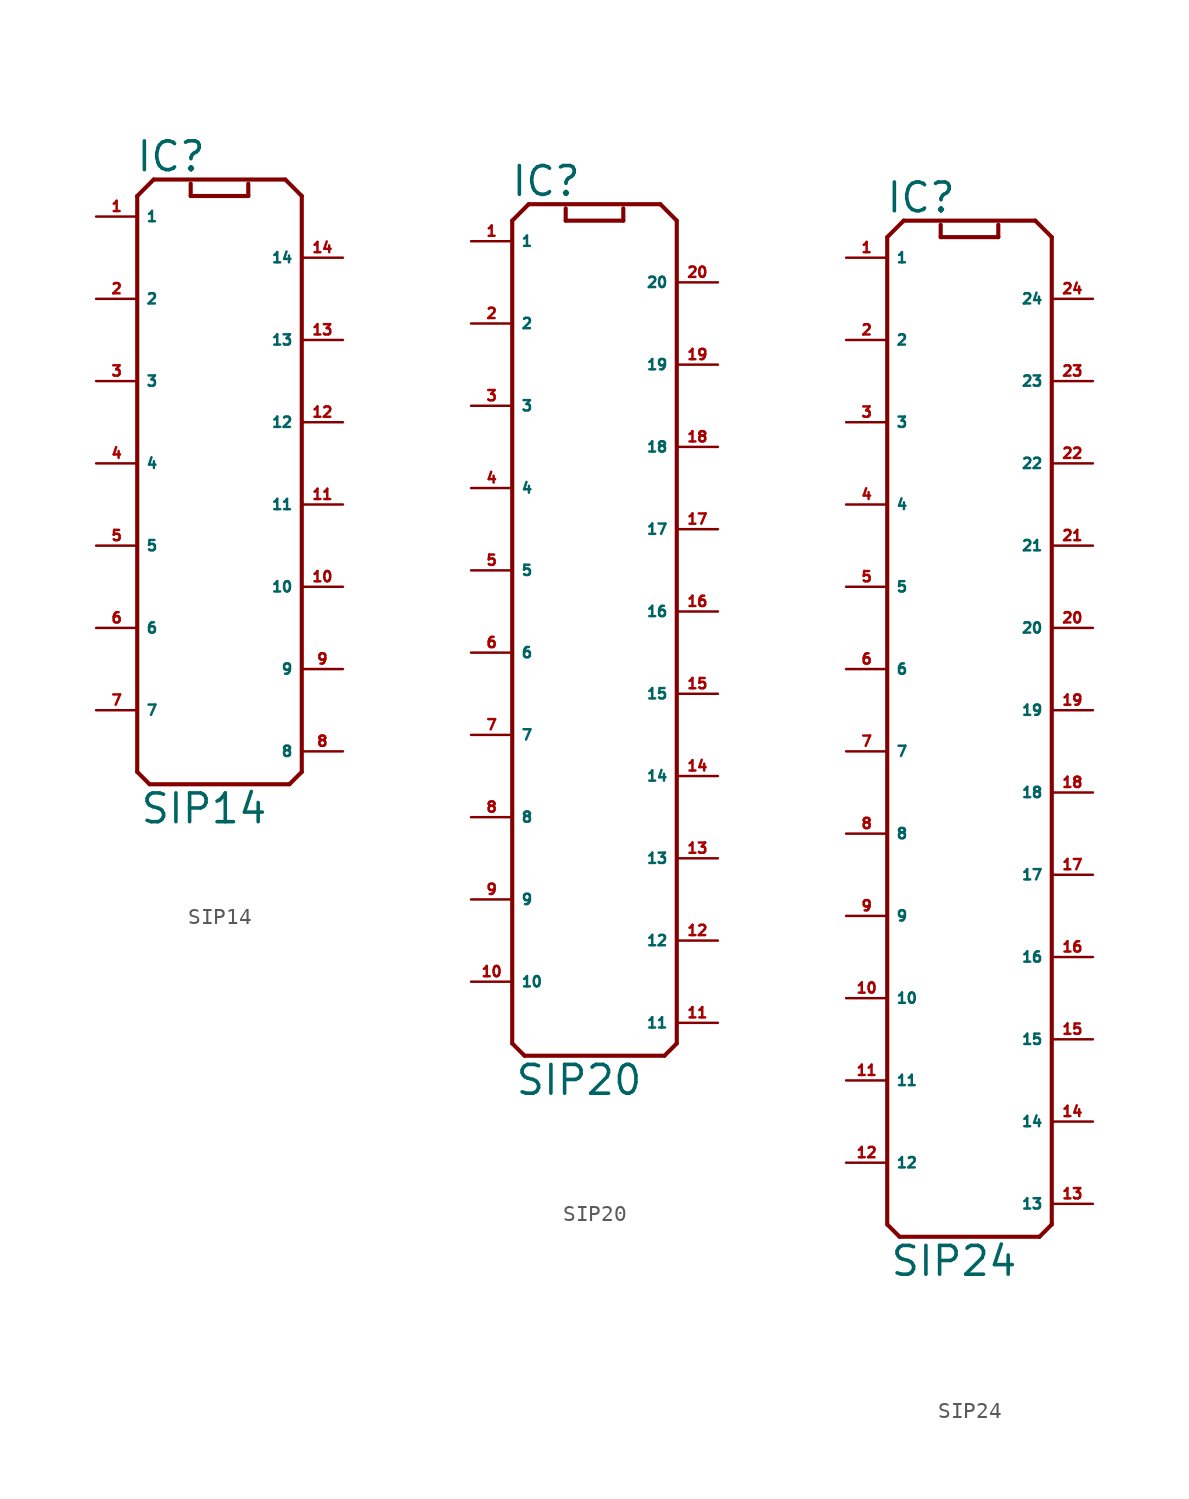
<source format=kicad_sym>
(kicad_symbol_lib
  (version 20220914)
  (generator Eagle2Kicad)
  (symbol "SIP14"
    (property "Reference" "IC"
      (at -5.207 17.907 0)
      (effects (font (size 1.778 1.778) (thickness 0.22)) (justify left bottom)))
    (property "Value" "SIP14"
      (at -4.953 -22.352 0)
      (effects (font (size 1.778 1.778) (thickness 0.22)) (justify left bottom)))
    (polyline
      (pts (xy -5.08 16.51) (xy -5.08 -19.05))
      (stroke (width 0.254) (type default))
      (fill (type none)))
    (polyline
      (pts (xy -5.08 -19.05) (xy -4.318 -19.812))
      (stroke (width 0.254) (type default))
      (fill (type none)))
    (polyline
      (pts (xy -4.318 -19.812) (xy 4.318 -19.812))
      (stroke (width 0.254) (type default))
      (fill (type none)))
    (polyline
      (pts (xy 4.318 -19.812) (xy 5.08 -19.05))
      (stroke (width 0.254) (type default))
      (fill (type none)))
    (polyline
      (pts (xy 5.08 -19.05) (xy 5.08 16.51))
      (stroke (width 0.254) (type default))
      (fill (type none)))
    (polyline
      (pts (xy -5.08 16.51) (xy -4.064 17.526))
      (stroke (width 0.254) (type default))
      (fill (type none)))
    (polyline
      (pts (xy -4.064 17.526) (xy 4.064 17.526))
      (stroke (width 0.254) (type default))
      (fill (type none)))
    (polyline
      (pts (xy 4.064 17.526) (xy 5.08 16.51))
      (stroke (width 0.254) (type default))
      (fill (type none)))
    (polyline
      (pts (xy -1.778 17.272) (xy -1.778 16.51))
      (stroke (width 0.254) (type default))
      (fill (type none)))
    (polyline
      (pts (xy -1.778 16.51) (xy 1.778 16.51))
      (stroke (width 0.254) (type default))
      (fill (type none)))
    (polyline
      (pts (xy 1.778 16.51) (xy 1.778 17.272))
      (stroke (width 0.254) (type default))
      (fill (type none)))
    (pin passive line
      (at -7.62 15.24 0)
      (length 2.54)
      (name "1" (effects (font (size 0.635 0.635) (thickness 0.08)) (justify left bottom)))
      (number "1" (effects (font (size 0.635 0.635) (thickness 0.08)) (justify left bottom))))
    (pin passive line
      (at -7.62 10.16 0)
      (length 2.54)
      (name "2" (effects (font (size 0.635 0.635) (thickness 0.08)) (justify left bottom)))
      (number "2" (effects (font (size 0.635 0.635) (thickness 0.08)) (justify left bottom))))
    (pin passive line
      (at -7.62 5.08 0)
      (length 2.54)
      (name "3" (effects (font (size 0.635 0.635) (thickness 0.08)) (justify left bottom)))
      (number "3" (effects (font (size 0.635 0.635) (thickness 0.08)) (justify left bottom))))
    (pin passive line
      (at -7.62 0 0)
      (length 2.54)
      (name "4" (effects (font (size 0.635 0.635) (thickness 0.08)) (justify left bottom)))
      (number "4" (effects (font (size 0.635 0.635) (thickness 0.08)) (justify left bottom))))
    (pin passive line
      (at -7.62 -5.08 0)
      (length 2.54)
      (name "5" (effects (font (size 0.635 0.635) (thickness 0.08)) (justify left bottom)))
      (number "5" (effects (font (size 0.635 0.635) (thickness 0.08)) (justify left bottom))))
    (pin passive line
      (at -7.62 -10.16 0)
      (length 2.54)
      (name "6" (effects (font (size 0.635 0.635) (thickness 0.08)) (justify left bottom)))
      (number "6" (effects (font (size 0.635 0.635) (thickness 0.08)) (justify left bottom))))
    (pin passive line
      (at -7.62 -15.24 0)
      (length 2.54)
      (name "7" (effects (font (size 0.635 0.635) (thickness 0.08)) (justify left bottom)))
      (number "7" (effects (font (size 0.635 0.635) (thickness 0.08)) (justify left bottom))))
    (pin passive line
      (at 7.62 -17.78 180)
      (length 2.54)
      (name "8" (effects (font (size 0.635 0.635) (thickness 0.08)) (justify left bottom)))
      (number "8" (effects (font (size 0.635 0.635) (thickness 0.08)) (justify left bottom))))
    (pin passive line
      (at 7.62 -12.7 180)
      (length 2.54)
      (name "9" (effects (font (size 0.635 0.635) (thickness 0.08)) (justify left bottom)))
      (number "9" (effects (font (size 0.635 0.635) (thickness 0.08)) (justify left bottom))))
    (pin passive line
      (at 7.62 -7.62 180)
      (length 2.54)
      (name "10" (effects (font (size 0.635 0.635) (thickness 0.08)) (justify left bottom)))
      (number "10" (effects (font (size 0.635 0.635) (thickness 0.08)) (justify left bottom))))
    (pin passive line
      (at 7.62 -2.54 180)
      (length 2.54)
      (name "11" (effects (font (size 0.635 0.635) (thickness 0.08)) (justify left bottom)))
      (number "11" (effects (font (size 0.635 0.635) (thickness 0.08)) (justify left bottom))))
    (pin passive line
      (at 7.62 2.54 180)
      (length 2.54)
      (name "12" (effects (font (size 0.635 0.635) (thickness 0.08)) (justify left bottom)))
      (number "12" (effects (font (size 0.635 0.635) (thickness 0.08)) (justify left bottom))))
    (pin passive line
      (at 7.62 7.62 180)
      (length 2.54)
      (name "13" (effects (font (size 0.635 0.635) (thickness 0.08)) (justify left bottom)))
      (number "13" (effects (font (size 0.635 0.635) (thickness 0.08)) (justify left bottom))))
    (pin passive line
      (at 7.62 12.7 180)
      (length 2.54)
      (name "14" (effects (font (size 0.635 0.635) (thickness 0.08)) (justify left bottom)))
      (number "14" (effects (font (size 0.635 0.635) (thickness 0.08)) (justify left bottom)))))
  (symbol "SIP20"
    (property "Reference" "IC"
      (at -5.207 25.527 0)
      (effects (font (size 1.778 1.778) (thickness 0.22)) (justify left bottom)))
    (property "Value" "SIP20"
      (at -4.953 -29.972 0)
      (effects (font (size 1.778 1.778) (thickness 0.22)) (justify left bottom)))
    (polyline
      (pts (xy -5.08 24.13) (xy -5.08 -26.67))
      (stroke (width 0.254) (type default))
      (fill (type none)))
    (polyline
      (pts (xy -5.08 -26.67) (xy -4.318 -27.432))
      (stroke (width 0.254) (type default))
      (fill (type none)))
    (polyline
      (pts (xy -4.318 -27.432) (xy 4.318 -27.432))
      (stroke (width 0.254) (type default))
      (fill (type none)))
    (polyline
      (pts (xy 4.318 -27.432) (xy 5.08 -26.67))
      (stroke (width 0.254) (type default))
      (fill (type none)))
    (polyline
      (pts (xy 5.08 -26.67) (xy 5.08 24.13))
      (stroke (width 0.254) (type default))
      (fill (type none)))
    (polyline
      (pts (xy -5.08 24.13) (xy -4.064 25.146))
      (stroke (width 0.254) (type default))
      (fill (type none)))
    (polyline
      (pts (xy -4.064 25.146) (xy 4.064 25.146))
      (stroke (width 0.254) (type default))
      (fill (type none)))
    (polyline
      (pts (xy 4.064 25.146) (xy 5.08 24.13))
      (stroke (width 0.254) (type default))
      (fill (type none)))
    (polyline
      (pts (xy -1.778 24.892) (xy -1.778 24.13))
      (stroke (width 0.254) (type default))
      (fill (type none)))
    (polyline
      (pts (xy -1.778 24.13) (xy 1.778 24.13))
      (stroke (width 0.254) (type default))
      (fill (type none)))
    (polyline
      (pts (xy 1.778 24.13) (xy 1.778 24.892))
      (stroke (width 0.254) (type default))
      (fill (type none)))
    (pin passive line
      (at -7.62 22.86 0)
      (length 2.54)
      (name "1" (effects (font (size 0.635 0.635) (thickness 0.08)) (justify left bottom)))
      (number "1" (effects (font (size 0.635 0.635) (thickness 0.08)) (justify left bottom))))
    (pin passive line
      (at -7.62 17.78 0)
      (length 2.54)
      (name "2" (effects (font (size 0.635 0.635) (thickness 0.08)) (justify left bottom)))
      (number "2" (effects (font (size 0.635 0.635) (thickness 0.08)) (justify left bottom))))
    (pin passive line
      (at -7.62 12.7 0)
      (length 2.54)
      (name "3" (effects (font (size 0.635 0.635) (thickness 0.08)) (justify left bottom)))
      (number "3" (effects (font (size 0.635 0.635) (thickness 0.08)) (justify left bottom))))
    (pin passive line
      (at -7.62 7.62 0)
      (length 2.54)
      (name "4" (effects (font (size 0.635 0.635) (thickness 0.08)) (justify left bottom)))
      (number "4" (effects (font (size 0.635 0.635) (thickness 0.08)) (justify left bottom))))
    (pin passive line
      (at -7.62 2.54 0)
      (length 2.54)
      (name "5" (effects (font (size 0.635 0.635) (thickness 0.08)) (justify left bottom)))
      (number "5" (effects (font (size 0.635 0.635) (thickness 0.08)) (justify left bottom))))
    (pin passive line
      (at -7.62 -2.54 0)
      (length 2.54)
      (name "6" (effects (font (size 0.635 0.635) (thickness 0.08)) (justify left bottom)))
      (number "6" (effects (font (size 0.635 0.635) (thickness 0.08)) (justify left bottom))))
    (pin passive line
      (at -7.62 -7.62 0)
      (length 2.54)
      (name "7" (effects (font (size 0.635 0.635) (thickness 0.08)) (justify left bottom)))
      (number "7" (effects (font (size 0.635 0.635) (thickness 0.08)) (justify left bottom))))
    (pin passive line
      (at -7.62 -12.7 0)
      (length 2.54)
      (name "8" (effects (font (size 0.635 0.635) (thickness 0.08)) (justify left bottom)))
      (number "8" (effects (font (size 0.635 0.635) (thickness 0.08)) (justify left bottom))))
    (pin passive line
      (at -7.62 -17.78 0)
      (length 2.54)
      (name "9" (effects (font (size 0.635 0.635) (thickness 0.08)) (justify left bottom)))
      (number "9" (effects (font (size 0.635 0.635) (thickness 0.08)) (justify left bottom))))
    (pin passive line
      (at -7.62 -22.86 0)
      (length 2.54)
      (name "10" (effects (font (size 0.635 0.635) (thickness 0.08)) (justify left bottom)))
      (number "10" (effects (font (size 0.635 0.635) (thickness 0.08)) (justify left bottom))))
    (pin passive line
      (at 7.62 -25.4 180)
      (length 2.54)
      (name "11" (effects (font (size 0.635 0.635) (thickness 0.08)) (justify left bottom)))
      (number "11" (effects (font (size 0.635 0.635) (thickness 0.08)) (justify left bottom))))
    (pin passive line
      (at 7.62 -20.32 180)
      (length 2.54)
      (name "12" (effects (font (size 0.635 0.635) (thickness 0.08)) (justify left bottom)))
      (number "12" (effects (font (size 0.635 0.635) (thickness 0.08)) (justify left bottom))))
    (pin passive line
      (at 7.62 -15.24 180)
      (length 2.54)
      (name "13" (effects (font (size 0.635 0.635) (thickness 0.08)) (justify left bottom)))
      (number "13" (effects (font (size 0.635 0.635) (thickness 0.08)) (justify left bottom))))
    (pin passive line
      (at 7.62 -10.16 180)
      (length 2.54)
      (name "14" (effects (font (size 0.635 0.635) (thickness 0.08)) (justify left bottom)))
      (number "14" (effects (font (size 0.635 0.635) (thickness 0.08)) (justify left bottom))))
    (pin passive line
      (at 7.62 -5.08 180)
      (length 2.54)
      (name "15" (effects (font (size 0.635 0.635) (thickness 0.08)) (justify left bottom)))
      (number "15" (effects (font (size 0.635 0.635) (thickness 0.08)) (justify left bottom))))
    (pin passive line
      (at 7.62 0 180)
      (length 2.54)
      (name "16" (effects (font (size 0.635 0.635) (thickness 0.08)) (justify left bottom)))
      (number "16" (effects (font (size 0.635 0.635) (thickness 0.08)) (justify left bottom))))
    (pin passive line
      (at 7.62 5.08 180)
      (length 2.54)
      (name "17" (effects (font (size 0.635 0.635) (thickness 0.08)) (justify left bottom)))
      (number "17" (effects (font (size 0.635 0.635) (thickness 0.08)) (justify left bottom))))
    (pin passive line
      (at 7.62 10.16 180)
      (length 2.54)
      (name "18" (effects (font (size 0.635 0.635) (thickness 0.08)) (justify left bottom)))
      (number "18" (effects (font (size 0.635 0.635) (thickness 0.08)) (justify left bottom))))
    (pin passive line
      (at 7.62 15.24 180)
      (length 2.54)
      (name "19" (effects (font (size 0.635 0.635) (thickness 0.08)) (justify left bottom)))
      (number "19" (effects (font (size 0.635 0.635) (thickness 0.08)) (justify left bottom))))
    (pin passive line
      (at 7.62 20.32 180)
      (length 2.54)
      (name "20" (effects (font (size 0.635 0.635) (thickness 0.08)) (justify left bottom)))
      (number "20" (effects (font (size 0.635 0.635) (thickness 0.08)) (justify left bottom)))))
  (symbol "SIP24"
    (property "Reference" "IC"
      (at -5.207 25.527 0)
      (effects (font (size 1.778 1.778) (thickness 0.22)) (justify left bottom)))
    (property "Value" "SIP24"
      (at -4.953 -40.132 0)
      (effects (font (size 1.778 1.778) (thickness 0.22)) (justify left bottom)))
    (polyline
      (pts (xy -5.08 24.13) (xy -5.08 -36.83))
      (stroke (width 0.254) (type default))
      (fill (type none)))
    (polyline
      (pts (xy -5.08 -36.83) (xy -4.318 -37.592))
      (stroke (width 0.254) (type default))
      (fill (type none)))
    (polyline
      (pts (xy -4.318 -37.592) (xy 4.318 -37.592))
      (stroke (width 0.254) (type default))
      (fill (type none)))
    (polyline
      (pts (xy 4.318 -37.592) (xy 5.08 -36.83))
      (stroke (width 0.254) (type default))
      (fill (type none)))
    (polyline
      (pts (xy 5.08 -36.83) (xy 5.08 24.13))
      (stroke (width 0.254) (type default))
      (fill (type none)))
    (polyline
      (pts (xy -5.08 24.13) (xy -4.064 25.146))
      (stroke (width 0.254) (type default))
      (fill (type none)))
    (polyline
      (pts (xy -4.064 25.146) (xy 4.064 25.146))
      (stroke (width 0.254) (type default))
      (fill (type none)))
    (polyline
      (pts (xy 4.064 25.146) (xy 5.08 24.13))
      (stroke (width 0.254) (type default))
      (fill (type none)))
    (polyline
      (pts (xy -1.778 24.892) (xy -1.778 24.13))
      (stroke (width 0.254) (type default))
      (fill (type none)))
    (polyline
      (pts (xy -1.778 24.13) (xy 1.778 24.13))
      (stroke (width 0.254) (type default))
      (fill (type none)))
    (polyline
      (pts (xy 1.778 24.13) (xy 1.778 24.892))
      (stroke (width 0.254) (type default))
      (fill (type none)))
    (pin passive line
      (at -7.62 22.86 0)
      (length 2.54)
      (name "1" (effects (font (size 0.635 0.635) (thickness 0.08)) (justify left bottom)))
      (number "1" (effects (font (size 0.635 0.635) (thickness 0.08)) (justify left bottom))))
    (pin passive line
      (at -7.62 17.78 0)
      (length 2.54)
      (name "2" (effects (font (size 0.635 0.635) (thickness 0.08)) (justify left bottom)))
      (number "2" (effects (font (size 0.635 0.635) (thickness 0.08)) (justify left bottom))))
    (pin passive line
      (at -7.62 12.7 0)
      (length 2.54)
      (name "3" (effects (font (size 0.635 0.635) (thickness 0.08)) (justify left bottom)))
      (number "3" (effects (font (size 0.635 0.635) (thickness 0.08)) (justify left bottom))))
    (pin passive line
      (at -7.62 7.62 0)
      (length 2.54)
      (name "4" (effects (font (size 0.635 0.635) (thickness 0.08)) (justify left bottom)))
      (number "4" (effects (font (size 0.635 0.635) (thickness 0.08)) (justify left bottom))))
    (pin passive line
      (at -7.62 2.54 0)
      (length 2.54)
      (name "5" (effects (font (size 0.635 0.635) (thickness 0.08)) (justify left bottom)))
      (number "5" (effects (font (size 0.635 0.635) (thickness 0.08)) (justify left bottom))))
    (pin passive line
      (at -7.62 -2.54 0)
      (length 2.54)
      (name "6" (effects (font (size 0.635 0.635) (thickness 0.08)) (justify left bottom)))
      (number "6" (effects (font (size 0.635 0.635) (thickness 0.08)) (justify left bottom))))
    (pin passive line
      (at -7.62 -7.62 0)
      (length 2.54)
      (name "7" (effects (font (size 0.635 0.635) (thickness 0.08)) (justify left bottom)))
      (number "7" (effects (font (size 0.635 0.635) (thickness 0.08)) (justify left bottom))))
    (pin passive line
      (at -7.62 -12.7 0)
      (length 2.54)
      (name "8" (effects (font (size 0.635 0.635) (thickness 0.08)) (justify left bottom)))
      (number "8" (effects (font (size 0.635 0.635) (thickness 0.08)) (justify left bottom))))
    (pin passive line
      (at -7.62 -17.78 0)
      (length 2.54)
      (name "9" (effects (font (size 0.635 0.635) (thickness 0.08)) (justify left bottom)))
      (number "9" (effects (font (size 0.635 0.635) (thickness 0.08)) (justify left bottom))))
    (pin passive line
      (at -7.62 -22.86 0)
      (length 2.54)
      (name "10" (effects (font (size 0.635 0.635) (thickness 0.08)) (justify left bottom)))
      (number "10" (effects (font (size 0.635 0.635) (thickness 0.08)) (justify left bottom))))
    (pin passive line
      (at -7.62 -27.94 0)
      (length 2.54)
      (name "11" (effects (font (size 0.635 0.635) (thickness 0.08)) (justify left bottom)))
      (number "11" (effects (font (size 0.635 0.635) (thickness 0.08)) (justify left bottom))))
    (pin passive line
      (at -7.62 -33.02 0)
      (length 2.54)
      (name "12" (effects (font (size 0.635 0.635) (thickness 0.08)) (justify left bottom)))
      (number "12" (effects (font (size 0.635 0.635) (thickness 0.08)) (justify left bottom))))
    (pin passive line
      (at 7.62 -35.56 180)
      (length 2.54)
      (name "13" (effects (font (size 0.635 0.635) (thickness 0.08)) (justify left bottom)))
      (number "13" (effects (font (size 0.635 0.635) (thickness 0.08)) (justify left bottom))))
    (pin passive line
      (at 7.62 -30.48 180)
      (length 2.54)
      (name "14" (effects (font (size 0.635 0.635) (thickness 0.08)) (justify left bottom)))
      (number "14" (effects (font (size 0.635 0.635) (thickness 0.08)) (justify left bottom))))
    (pin passive line
      (at 7.62 -25.4 180)
      (length 2.54)
      (name "15" (effects (font (size 0.635 0.635) (thickness 0.08)) (justify left bottom)))
      (number "15" (effects (font (size 0.635 0.635) (thickness 0.08)) (justify left bottom))))
    (pin passive line
      (at 7.62 -20.32 180)
      (length 2.54)
      (name "16" (effects (font (size 0.635 0.635) (thickness 0.08)) (justify left bottom)))
      (number "16" (effects (font (size 0.635 0.635) (thickness 0.08)) (justify left bottom))))
    (pin passive line
      (at 7.62 -15.24 180)
      (length 2.54)
      (name "17" (effects (font (size 0.635 0.635) (thickness 0.08)) (justify left bottom)))
      (number "17" (effects (font (size 0.635 0.635) (thickness 0.08)) (justify left bottom))))
    (pin passive line
      (at 7.62 -10.16 180)
      (length 2.54)
      (name "18" (effects (font (size 0.635 0.635) (thickness 0.08)) (justify left bottom)))
      (number "18" (effects (font (size 0.635 0.635) (thickness 0.08)) (justify left bottom))))
    (pin passive line
      (at 7.62 -5.08 180)
      (length 2.54)
      (name "19" (effects (font (size 0.635 0.635) (thickness 0.08)) (justify left bottom)))
      (number "19" (effects (font (size 0.635 0.635) (thickness 0.08)) (justify left bottom))))
    (pin passive line
      (at 7.62 0 180)
      (length 2.54)
      (name "20" (effects (font (size 0.635 0.635) (thickness 0.08)) (justify left bottom)))
      (number "20" (effects (font (size 0.635 0.635) (thickness 0.08)) (justify left bottom))))
    (pin passive line
      (at 7.62 5.08 180)
      (length 2.54)
      (name "21" (effects (font (size 0.635 0.635) (thickness 0.08)) (justify left bottom)))
      (number "21" (effects (font (size 0.635 0.635) (thickness 0.08)) (justify left bottom))))
    (pin passive line
      (at 7.62 10.16 180)
      (length 2.54)
      (name "22" (effects (font (size 0.635 0.635) (thickness 0.08)) (justify left bottom)))
      (number "22" (effects (font (size 0.635 0.635) (thickness 0.08)) (justify left bottom))))
    (pin passive line
      (at 7.62 15.24 180)
      (length 2.54)
      (name "23" (effects (font (size 0.635 0.635) (thickness 0.08)) (justify left bottom)))
      (number "23" (effects (font (size 0.635 0.635) (thickness 0.08)) (justify left bottom))))
    (pin passive line
      (at 7.62 20.32 180)
      (length 2.54)
      (name "24" (effects (font (size 0.635 0.635) (thickness 0.08)) (justify left bottom)))
      (number "24" (effects (font (size 0.635 0.635) (thickness 0.08)) (justify left bottom))))))
</source>
